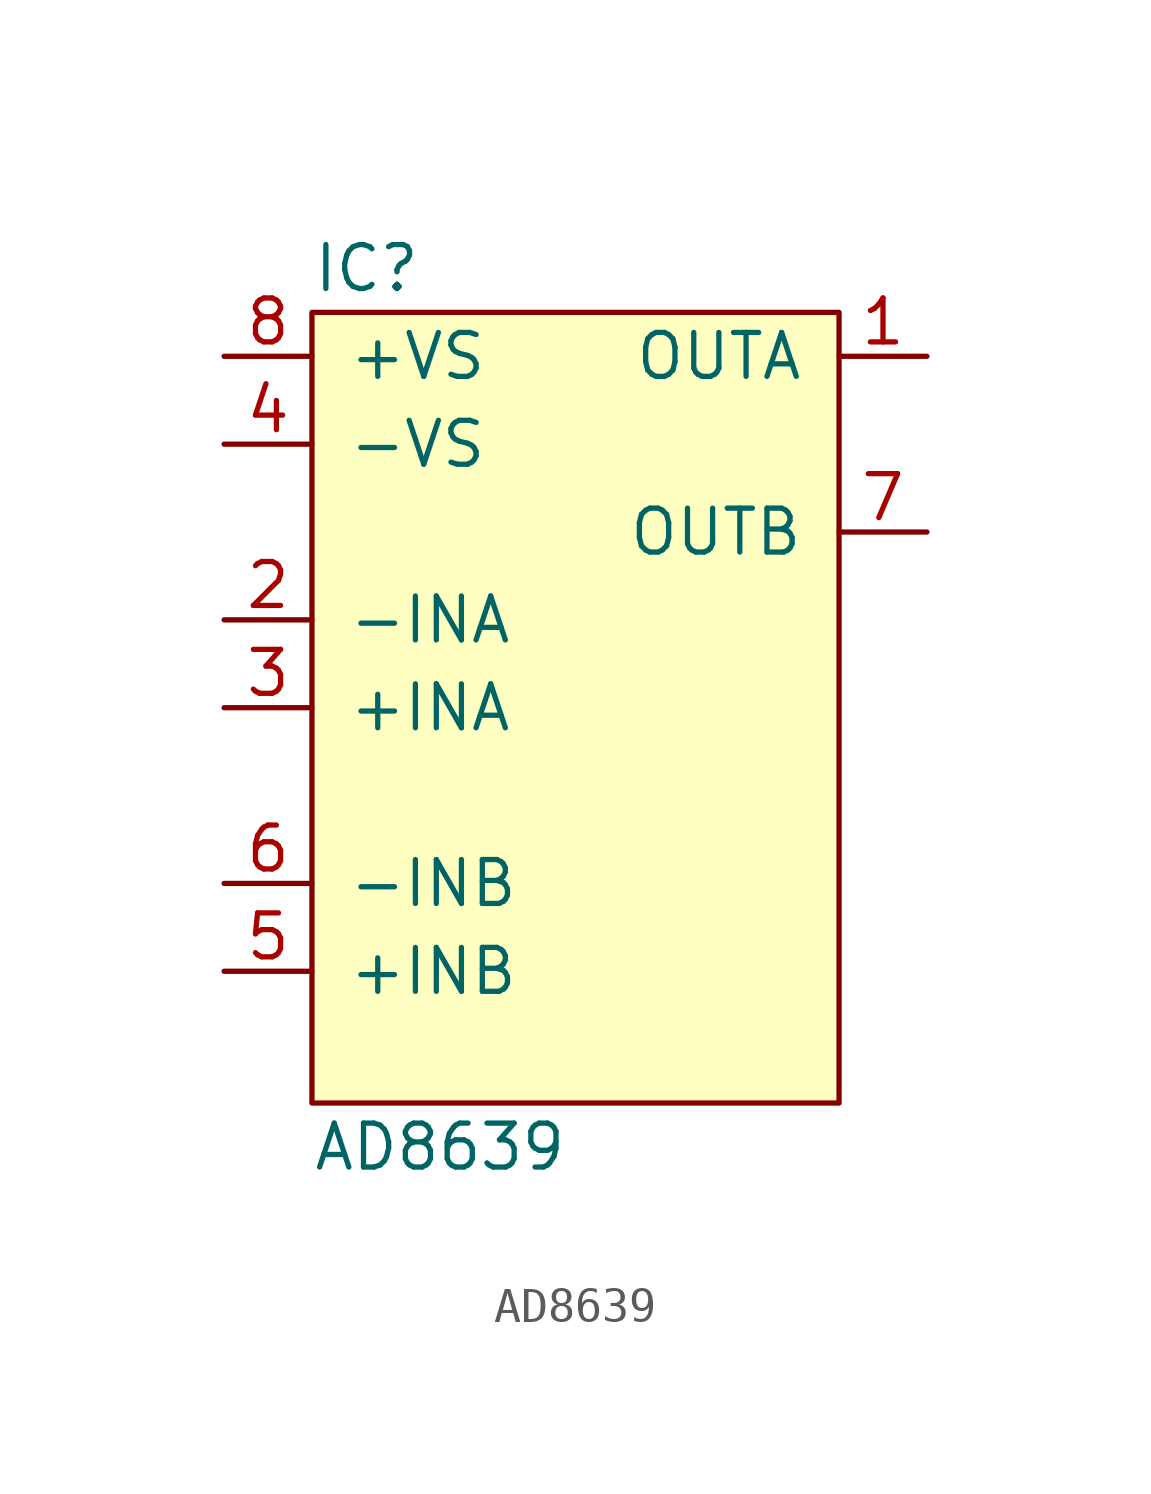
<source format=kicad_sym>
(kicad_symbol_lib
  (version 20211014)
  (generator agg_kicad.build_lib_ic)
  (symbol "AD8639"
    (pin_names
      (offset 1.016))
    (property Reference IC
      (at -7.62 12.7 0)
      (effects (font (size 1.27 1.27)) (justify left)))
    (property Value "AD8639"
      (at -7.62 -12.7 0)
      (effects (font (size 1.27 1.27)) (justify left)))
    (symbol "AD8639_0_0"
      (rectangle (start -7.62 11.43) (end 7.62 -11.43) (stroke (width 0) (type default) (color 0 0 0 0)) (fill (type background)))
      (pin power_in line (at -10.16 10.16 0) (length 2.54) (name "+VS" (effects (font (size 1.27 1.27)))) (number "8" (effects (font (size 1.27 1.27)))))
      (pin power_in line (at -10.16 7.62 0) (length 2.54) (name -VS (effects (font (size 1.27 1.27)))) (number "4" (effects (font (size 1.27 1.27)))))
      (pin input line (at -10.16 2.54 0) (length 2.54) (name -INA (effects (font (size 1.27 1.27)))) (number "2" (effects (font (size 1.27 1.27)))))
      (pin input line (at -10.16 0 0) (length 2.54) (name "+INA" (effects (font (size 1.27 1.27)))) (number "3" (effects (font (size 1.27 1.27)))))
      (pin input line (at -10.16 -5.08 0) (length 2.54) (name -INB (effects (font (size 1.27 1.27)))) (number "6" (effects (font (size 1.27 1.27)))))
      (pin input line (at -10.16 -7.62 0) (length 2.54) (name "+INB" (effects (font (size 1.27 1.27)))) (number "5" (effects (font (size 1.27 1.27)))))
      (pin output line (at 10.16 10.16 180) (length 2.54) (name OUTA (effects (font (size 1.27 1.27)))) (number "1" (effects (font (size 1.27 1.27)))))
      (pin output line (at 10.16 5.08 180) (length 2.54) (name OUTB (effects (font (size 1.27 1.27)))) (number "7" (effects (font (size 1.27 1.27))))))))
</source>
